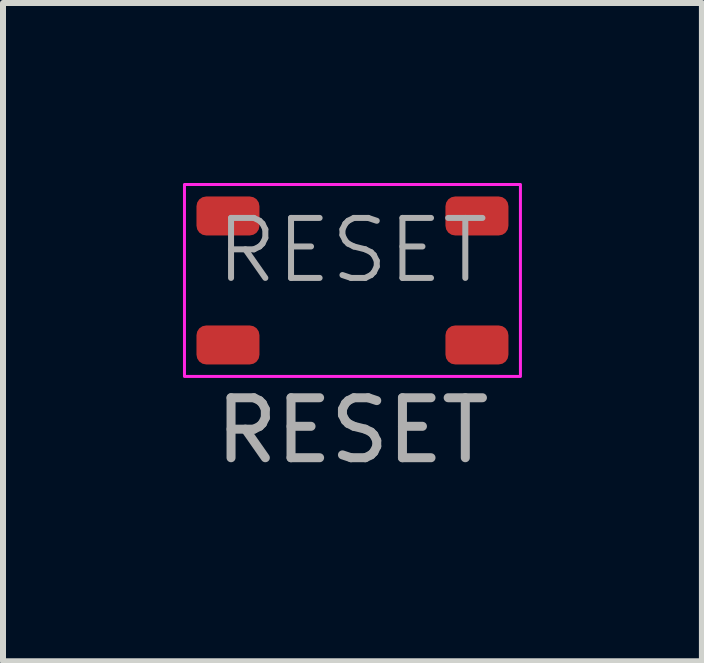
<source format=kicad_pcb>
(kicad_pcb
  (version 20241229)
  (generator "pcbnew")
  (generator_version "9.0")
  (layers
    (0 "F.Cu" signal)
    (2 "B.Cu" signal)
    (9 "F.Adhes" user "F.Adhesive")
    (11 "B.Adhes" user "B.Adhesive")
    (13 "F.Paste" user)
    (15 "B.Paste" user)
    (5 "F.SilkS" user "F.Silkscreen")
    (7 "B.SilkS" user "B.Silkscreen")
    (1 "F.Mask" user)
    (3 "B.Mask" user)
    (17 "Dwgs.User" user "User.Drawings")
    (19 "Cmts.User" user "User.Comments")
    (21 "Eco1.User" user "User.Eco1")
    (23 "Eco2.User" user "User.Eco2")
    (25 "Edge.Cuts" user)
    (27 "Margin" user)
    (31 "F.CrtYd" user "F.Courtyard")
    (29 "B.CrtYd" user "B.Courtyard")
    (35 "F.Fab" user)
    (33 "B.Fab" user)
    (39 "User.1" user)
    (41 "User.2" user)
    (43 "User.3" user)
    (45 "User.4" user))
  (footprint "RESET"
    (layer "F.Cu")
    (at 2.825 1.625)
    (property "Reference" "RESET" (at 0 -0.5 0) (unlocked yes) (layer "F.Fab") (effects (font (size 1 1) (thickness 0.1))))
    (attr smd)
    (fp_rect (start -2.8 -1.6) (end 2.8 1.6) (stroke (width 0.05) (type default)) (fill no) (layer "F.CrtYd"))
    (fp_text user "${REFERENCE}" (at 0 2.5 0) (unlocked yes) (layer "F.Fab") (effects (font (size 1 1) (thickness 0.15))))
    (pad "1" smd roundrect (at -2.075 -1.075) (size 1.05 0.65) (layers "F.Cu" "F.Mask" "F.Paste") (roundrect_rratio 0.25))
    (pad "1" smd roundrect (at 2.075 -1.075) (size 1.05 0.65) (layers "F.Cu" "F.Mask" "F.Paste") (roundrect_rratio 0.25))
    (pad "2" smd roundrect (at -2.075 1.075) (size 1.05 0.65) (layers "F.Cu" "F.Mask" "F.Paste") (roundrect_rratio 0.25))
    (pad "2" smd roundrect (at 2.075 1.075) (size 1.05 0.65) (layers "F.Cu" "F.Mask" "F.Paste") (roundrect_rratio 0.25)))
  (gr_rect
    (start -3 -3)
    (end 8.65 7.973)
    (stroke (width 0.1) (type default))
    (fill no)
    (layer "Edge.Cuts")))
</source>
